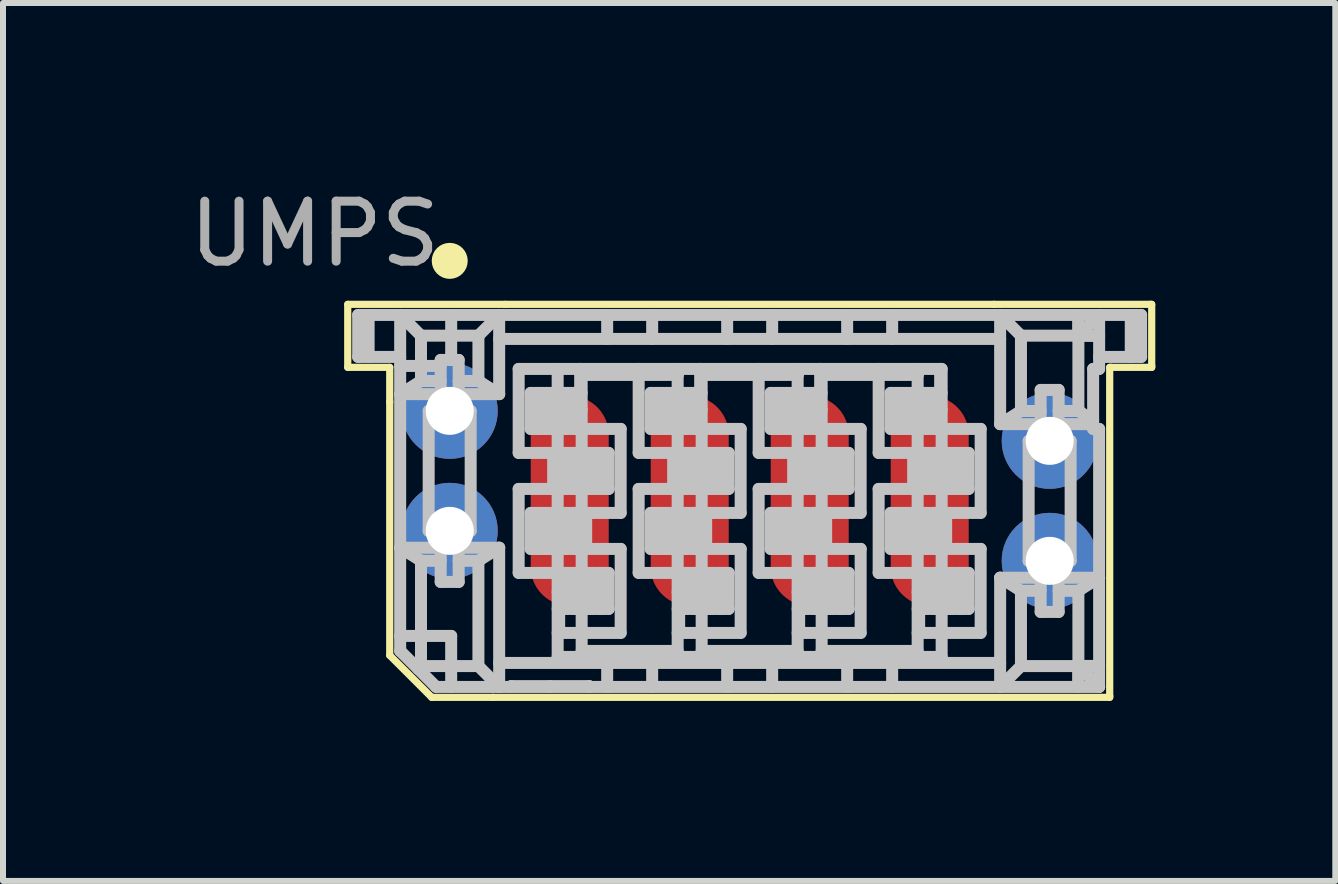
<source format=kicad_pcb>
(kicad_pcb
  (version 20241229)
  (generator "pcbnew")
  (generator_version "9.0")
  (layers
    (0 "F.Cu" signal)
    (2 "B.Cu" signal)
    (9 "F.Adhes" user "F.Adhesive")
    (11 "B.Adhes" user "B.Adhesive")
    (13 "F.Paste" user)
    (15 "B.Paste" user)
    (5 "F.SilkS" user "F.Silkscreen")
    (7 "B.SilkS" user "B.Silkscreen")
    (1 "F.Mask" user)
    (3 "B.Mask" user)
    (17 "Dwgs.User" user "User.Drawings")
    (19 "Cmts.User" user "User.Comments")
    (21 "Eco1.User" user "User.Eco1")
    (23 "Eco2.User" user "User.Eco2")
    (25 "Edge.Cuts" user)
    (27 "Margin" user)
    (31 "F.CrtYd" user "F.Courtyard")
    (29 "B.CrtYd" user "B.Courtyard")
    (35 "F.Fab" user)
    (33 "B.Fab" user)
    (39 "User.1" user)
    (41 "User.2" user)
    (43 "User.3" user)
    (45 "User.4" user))
  (footprint "UMPS"
    (layer "F.Cu")
    (at 9.446 5.298)
    (property "Reference" "UMPS" (at -7.25 -4.45 0) (layer "F.Fab") (effects (font (size 1 1) (thickness 0.15))))
    (attr through_hole)
    (fp_line (start -6.7 -3.275) (end -4.075 -3.275) (stroke (width 0.12) (type solid)) (layer "F.SilkS"))
    (fp_line (start -6.7 -2.225) (end -6.7 -3.275) (stroke (width 0.12) (type solid)) (layer "F.SilkS"))
    (fp_line (start -6 -2.225) (end -6.7 -2.225) (stroke (width 0.12) (type solid)) (layer "F.SilkS"))
    (fp_line (start -6 -1.65) (end -6 -2.225) (stroke (width 0.12) (type solid)) (layer "F.SilkS"))
    (fp_line (start -6 -1.65) (end -6 2.575) (stroke (width 0.12) (type solid)) (layer "F.SilkS"))
    (fp_line (start -6 2.575) (end -5.3 3.275) (stroke (width 0.12) (type solid)) (layer "F.SilkS"))
    (fp_line (start -5.3 3.275) (end -4.275 3.275) (stroke (width 0.12) (type solid)) (layer "F.SilkS"))
    (fp_line (start -4.075 -3.275) (end 4.075 -3.275) (stroke (width 0.12) (type solid)) (layer "F.SilkS"))
    (fp_line (start 6 -2.225) (end 6 3.25) (stroke (width 0.12) (type solid)) (layer "F.SilkS"))
    (fp_line (start 6 3.25) (end 6 3.275) (stroke (width 0.12) (type solid)) (layer "F.SilkS"))
    (fp_line (start 6 3.275) (end -4.275 3.275) (stroke (width 0.12) (type solid)) (layer "F.SilkS"))
    (fp_line (start 6.025 -2.225) (end 6 -2.225) (stroke (width 0.12) (type solid)) (layer "F.SilkS"))
    (fp_line (start 6.675 -3.275) (end 4.075 -3.275) (stroke (width 0.12) (type solid)) (layer "F.SilkS"))
    (fp_line (start 6.675 -3.275) (end 6.7 -3.275) (stroke (width 0.12) (type solid)) (layer "F.SilkS"))
    (fp_line (start 6.7 -3.275) (end 6.7 -2.25) (stroke (width 0.12) (type solid)) (layer "F.SilkS"))
    (fp_line (start 6.7 -2.25) (end 6.7 -2.225) (stroke (width 0.12) (type solid)) (layer "F.SilkS"))
    (fp_line (start 6.7 -2.225) (end 6.025 -2.225) (stroke (width 0.12) (type solid)) (layer "F.SilkS"))
    (fp_circle (center -5 -4) (end -4.85 -4) (stroke (width 0.3) (type solid)) (fill no) (layer "F.SilkS"))
    (fp_line (start -6.526 -3.099) (end -6.526 -2.399) (stroke (width 0.2) (type solid)) (layer "Dwgs.User"))
    (fp_line (start -6.526 -3.099) (end 6.524 -3.099) (stroke (width 0.2) (type solid)) (layer "Dwgs.User"))
    (fp_line (start -6.526 -2.399) (end -5.826 -2.399) (stroke (width 0.2) (type solid)) (layer "Dwgs.User"))
    (fp_line (start -6.352 -2.399) (end -6.352 -3.099) (stroke (width 0.2) (type solid)) (layer "Dwgs.User"))
    (fp_line (start -5.826 -3.099) (end -5.826 2.501) (stroke (width 0.2) (type solid)) (layer "Dwgs.User"))
    (fp_line (start -5.826 -3.099) (end -5.479 -2.753) (stroke (width 0.2) (type solid)) (layer "Dwgs.User"))
    (fp_line (start -5.826 -1.779) (end -5.151 -1.779) (stroke (width 0.2) (type solid)) (layer "Dwgs.User"))
    (fp_line (start -5.826 0.781) (end -5.479 0.999) (stroke (width 0.2) (type solid)) (layer "Dwgs.User"))
    (fp_line (start -5.826 0.781) (end -5.151 0.781) (stroke (width 0.2) (type solid)) (layer "Dwgs.User"))
    (fp_line (start -5.826 2.251) (end -4.976 2.251) (stroke (width 0.2) (type solid)) (layer "Dwgs.User"))
    (fp_line (start -5.479 -2.753) (end -4.522 -2.753) (stroke (width 0.2) (type solid)) (layer "Dwgs.User"))
    (fp_line (start -5.479 -1.998) (end -5.826 -1.779) (stroke (width 0.2) (type solid)) (layer "Dwgs.User"))
    (fp_line (start -5.479 -1.998) (end -5.479 -2.753) (stroke (width 0.2) (type solid)) (layer "Dwgs.User"))
    (fp_line (start -5.479 -1.998) (end -5.151 -1.998) (stroke (width 0.2) (type solid)) (layer "Dwgs.User"))
    (fp_line (start -5.479 0.999) (end -5.151 0.999) (stroke (width 0.2) (type solid)) (layer "Dwgs.User"))
    (fp_line (start -5.479 2.754) (end -5.526 2.801) (stroke (width 0.2) (type solid)) (layer "Dwgs.User"))
    (fp_line (start -5.479 2.754) (end -5.479 0.999) (stroke (width 0.2) (type solid)) (layer "Dwgs.User"))
    (fp_line (start -5.479 2.754) (end -4.522 2.754) (stroke (width 0.2) (type solid)) (layer "Dwgs.User"))
    (fp_line (start -5.351 -1.499) (end -5.151 -1.499) (stroke (width 0.2) (type solid)) (layer "Dwgs.User"))
    (fp_line (start -5.351 0.501) (end -5.351 -1.499) (stroke (width 0.2) (type solid)) (layer "Dwgs.User"))
    (fp_line (start -5.226 3.101) (end -5.826 2.501) (stroke (width 0.2) (type solid)) (layer "Dwgs.User"))
    (fp_line (start -5.151 -2.349) (end -5.151 -1.499) (stroke (width 0.2) (type solid)) (layer "Dwgs.User"))
    (fp_line (start -5.151 -2.249) (end -5.826 -2.249) (stroke (width 0.2) (type solid)) (layer "Dwgs.User"))
    (fp_line (start -5.151 0.501) (end -5.351 0.501) (stroke (width 0.2) (type solid)) (layer "Dwgs.User"))
    (fp_line (start -5.151 0.501) (end -5.151 1.351) (stroke (width 0.2) (type solid)) (layer "Dwgs.User"))
    (fp_line (start -5.151 1.351) (end -4.851 1.351) (stroke (width 0.2) (type solid)) (layer "Dwgs.User"))
    (fp_line (start -4.976 -3.099) (end -4.976 -2.349) (stroke (width 0.2) (type solid)) (layer "Dwgs.User"))
    (fp_line (start -4.976 2.251) (end -4.976 3.101) (stroke (width 0.2) (type solid)) (layer "Dwgs.User"))
    (fp_line (start -4.851 -2.349) (end -5.151 -2.349) (stroke (width 0.2) (type solid)) (layer "Dwgs.User"))
    (fp_line (start -4.851 -1.998) (end -4.522 -1.998) (stroke (width 0.2) (type solid)) (layer "Dwgs.User"))
    (fp_line (start -4.851 -1.779) (end -4.176 -1.779) (stroke (width 0.2) (type solid)) (layer "Dwgs.User"))
    (fp_line (start -4.851 -1.499) (end -4.851 -2.349) (stroke (width 0.2) (type solid)) (layer "Dwgs.User"))
    (fp_line (start -4.851 -1.499) (end -4.651 -1.499) (stroke (width 0.2) (type solid)) (layer "Dwgs.User"))
    (fp_line (start -4.851 0.781) (end -4.176 0.781) (stroke (width 0.2) (type solid)) (layer "Dwgs.User"))
    (fp_line (start -4.851 0.999) (end -4.522 0.999) (stroke (width 0.2) (type solid)) (layer "Dwgs.User"))
    (fp_line (start -4.851 1.351) (end -4.851 0.501) (stroke (width 0.2) (type solid)) (layer "Dwgs.User"))
    (fp_line (start -4.651 -1.499) (end -4.651 0.501) (stroke (width 0.2) (type solid)) (layer "Dwgs.User"))
    (fp_line (start -4.651 0.501) (end -4.851 0.501) (stroke (width 0.2) (type solid)) (layer "Dwgs.User"))
    (fp_line (start -4.522 -2.753) (end -4.176 -3.099) (stroke (width 0.2) (type solid)) (layer "Dwgs.User"))
    (fp_line (start -4.522 -1.998) (end -4.522 -2.753) (stroke (width 0.2) (type solid)) (layer "Dwgs.User"))
    (fp_line (start -4.522 0.999) (end -4.176 0.781) (stroke (width 0.2) (type solid)) (layer "Dwgs.User"))
    (fp_line (start -4.522 2.754) (end -4.522 0.999) (stroke (width 0.2) (type solid)) (layer "Dwgs.User"))
    (fp_line (start -4.176 -1.779) (end -4.522 -1.998) (stroke (width 0.2) (type solid)) (layer "Dwgs.User"))
    (fp_line (start -4.176 -1.779) (end -4.176 -3.099) (stroke (width 0.2) (type solid)) (layer "Dwgs.User"))
    (fp_line (start -4.176 2.701) (end 4.174 2.701) (stroke (width 0.2) (type solid)) (layer "Dwgs.User"))
    (fp_line (start -4.176 3.101) (end -4.522 2.754) (stroke (width 0.2) (type solid)) (layer "Dwgs.User"))
    (fp_line (start -4.176 3.101) (end -4.176 0.781) (stroke (width 0.2) (type solid)) (layer "Dwgs.User"))
    (fp_line (start -3.976 3.088) (end -3.976 3.101) (stroke (width 0.2) (type solid)) (layer "Dwgs.User"))
    (fp_line (start -3.851 -2.199) (end -3.851 -0.799) (stroke (width 0.2) (type solid)) (layer "Dwgs.User"))
    (fp_line (start -3.851 -0.799) (end -3.276 -0.799) (stroke (width 0.2) (type solid)) (layer "Dwgs.User"))
    (fp_line (start -3.851 -0.199) (end -3.851 1.201) (stroke (width 0.2) (type solid)) (layer "Dwgs.User"))
    (fp_line (start -3.851 1.201) (end -3.176 1.201) (stroke (width 0.2) (type solid)) (layer "Dwgs.User"))
    (fp_line (start -3.651 -1.799) (end -2.826 -1.799) (stroke (width 0.2) (type solid)) (layer "Dwgs.User"))
    (fp_line (start -3.651 -1.199) (end -3.651 -1.799) (stroke (width 0.2) (type solid)) (layer "Dwgs.User"))
    (fp_line (start -3.651 0.201) (end -2.801 0.201) (stroke (width 0.2) (type solid)) (layer "Dwgs.User"))
    (fp_line (start -3.651 0.801) (end -3.651 0.201) (stroke (width 0.2) (type solid)) (layer "Dwgs.User"))
    (fp_line (start -3.541 -1.199) (end -3.541 -1.799) (stroke (width 0.2) (type solid)) (layer "Dwgs.User"))
    (fp_line (start -3.541 0.801) (end -3.541 0.201) (stroke (width 0.2) (type solid)) (layer "Dwgs.User"))
    (fp_line (start -3.487 -1.199) (end -3.487 -1.799) (stroke (width 0.2) (type solid)) (layer "Dwgs.User"))
    (fp_line (start -3.487 0.801) (end -3.487 0.201) (stroke (width 0.2) (type solid)) (layer "Dwgs.User"))
    (fp_line (start -3.381 -1.199) (end -3.381 -1.799) (stroke (width 0.2) (type solid)) (layer "Dwgs.User"))
    (fp_line (start -3.381 0.801) (end -3.381 0.201) (stroke (width 0.2) (type solid)) (layer "Dwgs.User"))
    (fp_line (start -3.326 3.088) (end -3.326 3.101) (stroke (width 0.2) (type solid)) (layer "Dwgs.User"))
    (fp_line (start -3.31 -1.199) (end -3.31 -1.799) (stroke (width 0.2) (type solid)) (layer "Dwgs.User"))
    (fp_line (start -3.31 0.801) (end -3.31 0.201) (stroke (width 0.2) (type solid)) (layer "Dwgs.User"))
    (fp_line (start -3.276 -0.799) (end -3.276 -0.199) (stroke (width 0.2) (type solid)) (layer "Dwgs.User"))
    (fp_line (start -3.276 -0.199) (end -3.851 -0.199) (stroke (width 0.2) (type solid)) (layer "Dwgs.User"))
    (fp_line (start -3.251 -1.199) (end -3.251 -1.799) (stroke (width 0.2) (type solid)) (layer "Dwgs.User"))
    (fp_line (start -3.251 0.801) (end -3.251 0.201) (stroke (width 0.2) (type solid)) (layer "Dwgs.User"))
    (fp_line (start -3.201 -2.199) (end -3.201 -1.799) (stroke (width 0.2) (type solid)) (layer "Dwgs.User"))
    (fp_line (start -3.201 -1.199) (end -3.201 -1.799) (stroke (width 0.2) (type solid)) (layer "Dwgs.User"))
    (fp_line (start -3.201 -1.199) (end -3.201 -0.799) (stroke (width 0.2) (type solid)) (layer "Dwgs.User"))
    (fp_line (start -3.201 -0.799) (end -3.201 0.201) (stroke (width 0.2) (type solid)) (layer "Dwgs.User"))
    (fp_line (start -3.201 0.801) (end -3.201 0.201) (stroke (width 0.2) (type solid)) (layer "Dwgs.User"))
    (fp_line (start -3.201 0.801) (end -3.201 1.201) (stroke (width 0.2) (type solid)) (layer "Dwgs.User"))
    (fp_line (start -3.201 1.201) (end -3.201 2.601) (stroke (width 0.2) (type solid)) (layer "Dwgs.User"))
    (fp_line (start -3.176 1.201) (end -3.176 2.201) (stroke (width 0.2) (type solid)) (layer "Dwgs.User"))
    (fp_line (start -3.176 1.201) (end -2.351 1.201) (stroke (width 0.2) (type solid)) (layer "Dwgs.User"))
    (fp_line (start -3.176 1.801) (end -3.201 1.801) (stroke (width 0.2) (type solid)) (layer "Dwgs.User"))
    (fp_line (start -3.176 2.201) (end -3.201 2.201) (stroke (width 0.2) (type solid)) (layer "Dwgs.User"))
    (fp_line (start -3.176 2.201) (end -2.151 2.201) (stroke (width 0.2) (type solid)) (layer "Dwgs.User"))
    (fp_line (start -3.157 -1.199) (end -3.157 -1.799) (stroke (width 0.2) (type solid)) (layer "Dwgs.User"))
    (fp_line (start -3.157 0.801) (end -3.157 0.201) (stroke (width 0.2) (type solid)) (layer "Dwgs.User"))
    (fp_line (start -3.141 -1.199) (end -3.141 -1.799) (stroke (width 0.2) (type solid)) (layer "Dwgs.User"))
    (fp_line (start -3.141 0.801) (end -3.141 0.201) (stroke (width 0.2) (type solid)) (layer "Dwgs.User"))
    (fp_line (start -3.081 -1.199) (end -3.081 -1.799) (stroke (width 0.2) (type solid)) (layer "Dwgs.User"))
    (fp_line (start -3.081 0.801) (end -3.081 0.201) (stroke (width 0.2) (type solid)) (layer "Dwgs.User"))
    (fp_line (start -3.077 -0.199) (end -3.077 -0.799) (stroke (width 0.2) (type solid)) (layer "Dwgs.User"))
    (fp_line (start -3.077 1.801) (end -3.077 1.201) (stroke (width 0.2) (type solid)) (layer "Dwgs.User"))
    (fp_line (start -2.924 -1.199) (end -2.924 -1.799) (stroke (width 0.2) (type solid)) (layer "Dwgs.User"))
    (fp_line (start -2.924 0.801) (end -2.924 0.201) (stroke (width 0.2) (type solid)) (layer "Dwgs.User"))
    (fp_line (start -2.921 -0.799) (end -2.921 -0.199) (stroke (width 0.2) (type solid)) (layer "Dwgs.User"))
    (fp_line (start -2.921 1.201) (end -2.921 1.801) (stroke (width 0.2) (type solid)) (layer "Dwgs.User"))
    (fp_line (start -2.86 -0.199) (end -2.86 -0.799) (stroke (width 0.2) (type solid)) (layer "Dwgs.User"))
    (fp_line (start -2.86 1.801) (end -2.86 1.201) (stroke (width 0.2) (type solid)) (layer "Dwgs.User"))
    (fp_line (start -2.844 -0.199) (end -2.844 -0.799) (stroke (width 0.2) (type solid)) (layer "Dwgs.User"))
    (fp_line (start -2.844 1.801) (end -2.844 1.201) (stroke (width 0.2) (type solid)) (layer "Dwgs.User"))
    (fp_line (start -2.826 -2.199) (end -3.851 -2.199) (stroke (width 0.2) (type solid)) (layer "Dwgs.User"))
    (fp_line (start -2.826 -1.799) (end -2.801 -1.799) (stroke (width 0.2) (type solid)) (layer "Dwgs.User"))
    (fp_line (start -2.826 -1.199) (end -3.651 -1.199) (stroke (width 0.2) (type solid)) (layer "Dwgs.User"))
    (fp_line (start -2.826 -1.199) (end -2.826 -2.199) (stroke (width 0.2) (type solid)) (layer "Dwgs.User"))
    (fp_line (start -2.801 -1.519) (end -3.201 -1.519) (stroke (width 0.2) (type solid)) (layer "Dwgs.User"))
    (fp_line (start -2.801 -1.219) (end -3.201 -1.219) (stroke (width 0.2) (type solid)) (layer "Dwgs.User"))
    (fp_line (start -2.801 -1.199) (end -2.801 -2.199) (stroke (width 0.2) (type solid)) (layer "Dwgs.User"))
    (fp_line (start -2.801 -0.799) (end -2.801 -1.199) (stroke (width 0.2) (type solid)) (layer "Dwgs.User"))
    (fp_line (start -2.801 -0.199) (end -2.801 -0.799) (stroke (width 0.2) (type solid)) (layer "Dwgs.User"))
    (fp_line (start -2.801 0.201) (end -2.801 -0.199) (stroke (width 0.2) (type solid)) (layer "Dwgs.User"))
    (fp_line (start -2.801 0.801) (end -3.651 0.801) (stroke (width 0.2) (type solid)) (layer "Dwgs.User"))
    (fp_line (start -2.801 0.801) (end -2.801 0.201) (stroke (width 0.2) (type solid)) (layer "Dwgs.User"))
    (fp_line (start -2.801 1.201) (end -2.801 0.801) (stroke (width 0.2) (type solid)) (layer "Dwgs.User"))
    (fp_line (start -2.801 1.221) (end -3.201 1.221) (stroke (width 0.2) (type solid)) (layer "Dwgs.User"))
    (fp_line (start -2.801 1.521) (end -3.201 1.521) (stroke (width 0.2) (type solid)) (layer "Dwgs.User"))
    (fp_line (start -2.801 1.801) (end -2.801 1.201) (stroke (width 0.2) (type solid)) (layer "Dwgs.User"))
    (fp_line (start -2.801 2.201) (end -2.801 1.801) (stroke (width 0.2) (type solid)) (layer "Dwgs.User"))
    (fp_line (start -2.801 2.501) (end -2.801 2.201) (stroke (width 0.2) (type solid)) (layer "Dwgs.User"))
    (fp_line (start -2.751 -0.199) (end -2.751 -0.799) (stroke (width 0.2) (type solid)) (layer "Dwgs.User"))
    (fp_line (start -2.751 1.801) (end -2.751 1.201) (stroke (width 0.2) (type solid)) (layer "Dwgs.User"))
    (fp_line (start -2.726 0.201) (end -2.151 0.201) (stroke (width 0.2) (type solid)) (layer "Dwgs.User"))
    (fp_line (start -2.726 0.801) (end -2.726 0.201) (stroke (width 0.2) (type solid)) (layer "Dwgs.User"))
    (fp_line (start -2.691 -0.199) (end -2.691 -0.799) (stroke (width 0.2) (type solid)) (layer "Dwgs.User"))
    (fp_line (start -2.691 1.801) (end -2.691 1.201) (stroke (width 0.2) (type solid)) (layer "Dwgs.User"))
    (fp_line (start -2.676 3.101) (end -2.676 3.088) (stroke (width 0.2) (type solid)) (layer "Dwgs.User"))
    (fp_line (start -2.676 3.088) (end -3.976 3.088) (stroke (width 0.2) (type solid)) (layer "Dwgs.User"))
    (fp_line (start -2.621 -0.199) (end -2.621 -0.799) (stroke (width 0.2) (type solid)) (layer "Dwgs.User"))
    (fp_line (start -2.621 1.801) (end -2.621 1.201) (stroke (width 0.2) (type solid)) (layer "Dwgs.User"))
    (fp_line (start -2.514 -0.199) (end -2.514 -0.799) (stroke (width 0.2) (type solid)) (layer "Dwgs.User"))
    (fp_line (start -2.514 1.801) (end -2.514 1.201) (stroke (width 0.2) (type solid)) (layer "Dwgs.User"))
    (fp_line (start -2.46 -0.199) (end -2.46 -0.799) (stroke (width 0.2) (type solid)) (layer "Dwgs.User"))
    (fp_line (start -2.46 1.801) (end -2.46 1.201) (stroke (width 0.2) (type solid)) (layer "Dwgs.User"))
    (fp_line (start -2.376 -2.699) (end -2.376 -3.099) (stroke (width 0.2) (type solid)) (layer "Dwgs.User"))
    (fp_line (start -2.376 3.101) (end -2.376 2.701) (stroke (width 0.2) (type solid)) (layer "Dwgs.User"))
    (fp_line (start -2.351 -0.799) (end -3.201 -0.799) (stroke (width 0.2) (type solid)) (layer "Dwgs.User"))
    (fp_line (start -2.351 -0.199) (end -3.201 -0.199) (stroke (width 0.2) (type solid)) (layer "Dwgs.User"))
    (fp_line (start -2.351 -0.199) (end -2.351 -0.799) (stroke (width 0.2) (type solid)) (layer "Dwgs.User"))
    (fp_line (start -2.351 1.801) (end -3.176 1.801) (stroke (width 0.2) (type solid)) (layer "Dwgs.User"))
    (fp_line (start -2.351 1.801) (end -2.351 1.201) (stroke (width 0.2) (type solid)) (layer "Dwgs.User"))
    (fp_line (start -2.151 -1.199) (end -2.826 -1.199) (stroke (width 0.2) (type solid)) (layer "Dwgs.User"))
    (fp_line (start -2.151 0.201) (end -2.151 -1.199) (stroke (width 0.2) (type solid)) (layer "Dwgs.User"))
    (fp_line (start -2.151 0.801) (end -2.726 0.801) (stroke (width 0.2) (type solid)) (layer "Dwgs.User"))
    (fp_line (start -2.151 2.201) (end -2.151 0.801) (stroke (width 0.2) (type solid)) (layer "Dwgs.User"))
    (fp_line (start -1.851 -2.199) (end -2.826 -2.199) (stroke (width 0.2) (type solid)) (layer "Dwgs.User"))
    (fp_line (start -1.851 -2.199) (end -1.851 -0.799) (stroke (width 0.2) (type solid)) (layer "Dwgs.User"))
    (fp_line (start -1.851 -2.099) (end -2.801 -2.099) (stroke (width 0.2) (type solid)) (layer "Dwgs.User"))
    (fp_line (start -1.851 -0.799) (end -1.276 -0.799) (stroke (width 0.2) (type solid)) (layer "Dwgs.User"))
    (fp_line (start -1.851 -0.199) (end -1.851 1.201) (stroke (width 0.2) (type solid)) (layer "Dwgs.User"))
    (fp_line (start -1.851 1.201) (end -1.176 1.201) (stroke (width 0.2) (type solid)) (layer "Dwgs.User"))
    (fp_line (start -1.651 -1.799) (end -0.826 -1.799) (stroke (width 0.2) (type solid)) (layer "Dwgs.User"))
    (fp_line (start -1.651 -1.199) (end -1.651 -1.799) (stroke (width 0.2) (type solid)) (layer "Dwgs.User"))
    (fp_line (start -1.651 0.201) (end -0.801 0.201) (stroke (width 0.2) (type solid)) (layer "Dwgs.User"))
    (fp_line (start -1.651 0.801) (end -1.651 0.201) (stroke (width 0.2) (type solid)) (layer "Dwgs.User"))
    (fp_line (start -1.626 -3.099) (end -1.626 -2.699) (stroke (width 0.2) (type solid)) (layer "Dwgs.User"))
    (fp_line (start -1.626 2.701) (end -1.626 3.101) (stroke (width 0.2) (type solid)) (layer "Dwgs.User"))
    (fp_line (start -1.541 -1.199) (end -1.541 -1.799) (stroke (width 0.2) (type solid)) (layer "Dwgs.User"))
    (fp_line (start -1.541 0.801) (end -1.541 0.201) (stroke (width 0.2) (type solid)) (layer "Dwgs.User"))
    (fp_line (start -1.487 -1.199) (end -1.487 -1.799) (stroke (width 0.2) (type solid)) (layer "Dwgs.User"))
    (fp_line (start -1.487 0.801) (end -1.487 0.201) (stroke (width 0.2) (type solid)) (layer "Dwgs.User"))
    (fp_line (start -1.381 -1.199) (end -1.381 -1.799) (stroke (width 0.2) (type solid)) (layer "Dwgs.User"))
    (fp_line (start -1.381 0.801) (end -1.381 0.201) (stroke (width 0.2) (type solid)) (layer "Dwgs.User"))
    (fp_line (start -1.31 -1.199) (end -1.31 -1.799) (stroke (width 0.2) (type solid)) (layer "Dwgs.User"))
    (fp_line (start -1.31 0.801) (end -1.31 0.201) (stroke (width 0.2) (type solid)) (layer "Dwgs.User"))
    (fp_line (start -1.276 -0.799) (end -1.276 -0.199) (stroke (width 0.2) (type solid)) (layer "Dwgs.User"))
    (fp_line (start -1.276 -0.199) (end -1.851 -0.199) (stroke (width 0.2) (type solid)) (layer "Dwgs.User"))
    (fp_line (start -1.251 -1.199) (end -1.251 -1.799) (stroke (width 0.2) (type solid)) (layer "Dwgs.User"))
    (fp_line (start -1.251 0.801) (end -1.251 0.201) (stroke (width 0.2) (type solid)) (layer "Dwgs.User"))
    (fp_line (start -1.201 -2.199) (end -1.201 -2.099) (stroke (width 0.2) (type solid)) (layer "Dwgs.User"))
    (fp_line (start -1.201 -2.099) (end -1.851 -2.099) (stroke (width 0.2) (type solid)) (layer "Dwgs.User"))
    (fp_line (start -1.201 -2.099) (end -1.201 -1.799) (stroke (width 0.2) (type solid)) (layer "Dwgs.User"))
    (fp_line (start -1.201 -1.199) (end -1.201 -1.799) (stroke (width 0.2) (type solid)) (layer "Dwgs.User"))
    (fp_line (start -1.201 -1.199) (end -1.201 -0.799) (stroke (width 0.2) (type solid)) (layer "Dwgs.User"))
    (fp_line (start -1.201 -0.799) (end -1.201 0.201) (stroke (width 0.2) (type solid)) (layer "Dwgs.User"))
    (fp_line (start -1.201 0.801) (end -1.201 0.201) (stroke (width 0.2) (type solid)) (layer "Dwgs.User"))
    (fp_line (start -1.201 0.801) (end -1.201 1.201) (stroke (width 0.2) (type solid)) (layer "Dwgs.User"))
    (fp_line (start -1.201 1.201) (end -1.201 2.501) (stroke (width 0.2) (type solid)) (layer "Dwgs.User"))
    (fp_line (start -1.201 2.501) (end -2.801 2.501) (stroke (width 0.2) (type solid)) (layer "Dwgs.User"))
    (fp_line (start -1.176 1.201) (end -1.176 2.201) (stroke (width 0.2) (type solid)) (layer "Dwgs.User"))
    (fp_line (start -1.176 1.201) (end -0.351 1.201) (stroke (width 0.2) (type solid)) (layer "Dwgs.User"))
    (fp_line (start -1.176 1.801) (end -1.201 1.801) (stroke (width 0.2) (type solid)) (layer "Dwgs.User"))
    (fp_line (start -1.176 2.201) (end -1.201 2.201) (stroke (width 0.2) (type solid)) (layer "Dwgs.User"))
    (fp_line (start -1.176 2.201) (end -0.151 2.201) (stroke (width 0.2) (type solid)) (layer "Dwgs.User"))
    (fp_line (start -1.157 -1.199) (end -1.157 -1.799) (stroke (width 0.2) (type solid)) (layer "Dwgs.User"))
    (fp_line (start -1.157 0.801) (end -1.157 0.201) (stroke (width 0.2) (type solid)) (layer "Dwgs.User"))
    (fp_line (start -1.141 -1.199) (end -1.141 -1.799) (stroke (width 0.2) (type solid)) (layer "Dwgs.User"))
    (fp_line (start -1.141 0.801) (end -1.141 0.201) (stroke (width 0.2) (type solid)) (layer "Dwgs.User"))
    (fp_line (start -1.081 -1.199) (end -1.081 -1.799) (stroke (width 0.2) (type solid)) (layer "Dwgs.User"))
    (fp_line (start -1.081 0.801) (end -1.081 0.201) (stroke (width 0.2) (type solid)) (layer "Dwgs.User"))
    (fp_line (start -1.077 -0.199) (end -1.077 -0.799) (stroke (width 0.2) (type solid)) (layer "Dwgs.User"))
    (fp_line (start -1.077 1.801) (end -1.077 1.201) (stroke (width 0.2) (type solid)) (layer "Dwgs.User"))
    (fp_line (start -0.924 -1.199) (end -0.924 -1.799) (stroke (width 0.2) (type solid)) (layer "Dwgs.User"))
    (fp_line (start -0.924 0.801) (end -0.924 0.201) (stroke (width 0.2) (type solid)) (layer "Dwgs.User"))
    (fp_line (start -0.921 -0.799) (end -0.921 -0.199) (stroke (width 0.2) (type solid)) (layer "Dwgs.User"))
    (fp_line (start -0.921 1.201) (end -0.921 1.801) (stroke (width 0.2) (type solid)) (layer "Dwgs.User"))
    (fp_line (start -0.86 -0.199) (end -0.86 -0.799) (stroke (width 0.2) (type solid)) (layer "Dwgs.User"))
    (fp_line (start -0.86 1.801) (end -0.86 1.201) (stroke (width 0.2) (type solid)) (layer "Dwgs.User"))
    (fp_line (start -0.844 -0.199) (end -0.844 -0.799) (stroke (width 0.2) (type solid)) (layer "Dwgs.User"))
    (fp_line (start -0.844 1.801) (end -0.844 1.201) (stroke (width 0.2) (type solid)) (layer "Dwgs.User"))
    (fp_line (start -0.826 -2.199) (end -1.851 -2.199) (stroke (width 0.2) (type solid)) (layer "Dwgs.User"))
    (fp_line (start -0.826 -1.799) (end -0.801 -1.799) (stroke (width 0.2) (type solid)) (layer "Dwgs.User"))
    (fp_line (start -0.826 -1.199) (end -1.651 -1.199) (stroke (width 0.2) (type solid)) (layer "Dwgs.User"))
    (fp_line (start -0.826 -1.199) (end -0.826 -2.199) (stroke (width 0.2) (type solid)) (layer "Dwgs.User"))
    (fp_line (start -0.801 -1.519) (end -1.201 -1.519) (stroke (width 0.2) (type solid)) (layer "Dwgs.User"))
    (fp_line (start -0.801 0.201) (end -0.801 -0.199) (stroke (width 0.2) (type solid)) (layer "Dwgs.User"))
    (fp_line (start -0.801 1.201) (end -0.801 0.801) (stroke (width 0.2) (type solid)) (layer "Dwgs.User"))
    (fp_line (start -0.801 1.521) (end -1.201 1.521) (stroke (width 0.2) (type solid)) (layer "Dwgs.User"))
    (fp_line (start -0.801 2.201) (end -0.801 1.801) (stroke (width 0.2) (type solid)) (layer "Dwgs.User"))
    (fp_line (start -0.801 -1.219) (end -1.201 -1.219) (stroke (width 0.2) (type solid)) (layer "Dwgs.User"))
    (fp_line (start -0.801 -1.199) (end -0.801 -2.199) (stroke (width 0.2) (type solid)) (layer "Dwgs.User"))
    (fp_line (start -0.801 -0.799) (end -0.801 -1.199) (stroke (width 0.2) (type solid)) (layer "Dwgs.User"))
    (fp_line (start -0.801 -0.199) (end -0.801 -0.799) (stroke (width 0.2) (type solid)) (layer "Dwgs.User"))
    (fp_line (start -0.801 0.801) (end -1.651 0.801) (stroke (width 0.2) (type solid)) (layer "Dwgs.User"))
    (fp_line (start -0.801 0.801) (end -0.801 0.201) (stroke (width 0.2) (type solid)) (layer "Dwgs.User"))
    (fp_line (start -0.801 1.221) (end -1.201 1.221) (stroke (width 0.2) (type solid)) (layer "Dwgs.User"))
    (fp_line (start -0.801 1.801) (end -0.801 1.201) (stroke (width 0.2) (type solid)) (layer "Dwgs.User"))
    (fp_line (start -0.801 2.501) (end -0.801 2.201) (stroke (width 0.2) (type solid)) (layer "Dwgs.User"))
    (fp_line (start -0.751 -0.199) (end -0.751 -0.799) (stroke (width 0.2) (type solid)) (layer "Dwgs.User"))
    (fp_line (start -0.751 1.801) (end -0.751 1.201) (stroke (width 0.2) (type solid)) (layer "Dwgs.User"))
    (fp_line (start -0.726 0.201) (end -0.151 0.201) (stroke (width 0.2) (type solid)) (layer "Dwgs.User"))
    (fp_line (start -0.726 0.801) (end -0.726 0.201) (stroke (width 0.2) (type solid)) (layer "Dwgs.User"))
    (fp_line (start -0.691 -0.199) (end -0.691 -0.799) (stroke (width 0.2) (type solid)) (layer "Dwgs.User"))
    (fp_line (start -0.691 1.801) (end -0.691 1.201) (stroke (width 0.2) (type solid)) (layer "Dwgs.User"))
    (fp_line (start -0.621 -0.199) (end -0.621 -0.799) (stroke (width 0.2) (type solid)) (layer "Dwgs.User"))
    (fp_line (start -0.621 1.801) (end -0.621 1.201) (stroke (width 0.2) (type solid)) (layer "Dwgs.User"))
    (fp_line (start -0.514 -0.199) (end -0.514 -0.799) (stroke (width 0.2) (type solid)) (layer "Dwgs.User"))
    (fp_line (start -0.514 1.801) (end -0.514 1.201) (stroke (width 0.2) (type solid)) (layer "Dwgs.User"))
    (fp_line (start -0.46 -0.199) (end -0.46 -0.799) (stroke (width 0.2) (type solid)) (layer "Dwgs.User"))
    (fp_line (start -0.46 1.801) (end -0.46 1.201) (stroke (width 0.2) (type solid)) (layer "Dwgs.User"))
    (fp_line (start -0.376 -2.699) (end -0.376 -3.099) (stroke (width 0.2) (type solid)) (layer "Dwgs.User"))
    (fp_line (start -0.376 3.101) (end -0.376 2.701) (stroke (width 0.2) (type solid)) (layer "Dwgs.User"))
    (fp_line (start -0.351 -0.799) (end -1.201 -0.799) (stroke (width 0.2) (type solid)) (layer "Dwgs.User"))
    (fp_line (start -0.351 -0.199) (end -1.201 -0.199) (stroke (width 0.2) (type solid)) (layer "Dwgs.User"))
    (fp_line (start -0.351 -0.199) (end -0.351 -0.799) (stroke (width 0.2) (type solid)) (layer "Dwgs.User"))
    (fp_line (start -0.351 1.801) (end -1.176 1.801) (stroke (width 0.2) (type solid)) (layer "Dwgs.User"))
    (fp_line (start -0.351 1.801) (end -0.351 1.201) (stroke (width 0.2) (type solid)) (layer "Dwgs.User"))
    (fp_line (start -0.151 2.201) (end -0.151 0.801) (stroke (width 0.2) (type solid)) (layer "Dwgs.User"))
    (fp_line (start -0.151 -1.199) (end -0.826 -1.199) (stroke (width 0.2) (type solid)) (layer "Dwgs.User"))
    (fp_line (start -0.151 0.201) (end -0.151 -1.199) (stroke (width 0.2) (type solid)) (layer "Dwgs.User"))
    (fp_line (start -0.151 0.801) (end -0.726 0.801) (stroke (width 0.2) (type solid)) (layer "Dwgs.User"))
    (fp_line (start 0.149 -2.099) (end -0.801 -2.099) (stroke (width 0.2) (type solid)) (layer "Dwgs.User"))
    (fp_line (start 0.149 -0.799) (end 0.724 -0.799) (stroke (width 0.2) (type solid)) (layer "Dwgs.User"))
    (fp_line (start 0.149 -0.199) (end 0.149 1.201) (stroke (width 0.2) (type solid)) (layer "Dwgs.User"))
    (fp_line (start 0.149 1.201) (end 0.824 1.201) (stroke (width 0.2) (type solid)) (layer "Dwgs.User"))
    (fp_line (start 0.149 -2.199) (end -0.826 -2.199) (stroke (width 0.2) (type solid)) (layer "Dwgs.User"))
    (fp_line (start 0.149 -2.199) (end 0.149 -0.799) (stroke (width 0.2) (type solid)) (layer "Dwgs.User"))
    (fp_line (start 0.349 -1.799) (end 1.174 -1.799) (stroke (width 0.2) (type solid)) (layer "Dwgs.User"))
    (fp_line (start 0.349 -1.199) (end 0.349 -1.799) (stroke (width 0.2) (type solid)) (layer "Dwgs.User"))
    (fp_line (start 0.349 0.201) (end 1.199 0.201) (stroke (width 0.2) (type solid)) (layer "Dwgs.User"))
    (fp_line (start 0.349 0.801) (end 0.349 0.201) (stroke (width 0.2) (type solid)) (layer "Dwgs.User"))
    (fp_line (start 0.374 2.701) (end 0.374 3.101) (stroke (width 0.2) (type solid)) (layer "Dwgs.User"))
    (fp_line (start 0.374 -3.099) (end 0.374 -2.699) (stroke (width 0.2) (type solid)) (layer "Dwgs.User"))
    (fp_line (start 0.459 -1.199) (end 0.459 -1.799) (stroke (width 0.2) (type solid)) (layer "Dwgs.User"))
    (fp_line (start 0.459 0.801) (end 0.459 0.201) (stroke (width 0.2) (type solid)) (layer "Dwgs.User"))
    (fp_line (start 0.513 -1.199) (end 0.513 -1.799) (stroke (width 0.2) (type solid)) (layer "Dwgs.User"))
    (fp_line (start 0.513 0.801) (end 0.513 0.201) (stroke (width 0.2) (type solid)) (layer "Dwgs.User"))
    (fp_line (start 0.619 -1.199) (end 0.619 -1.799) (stroke (width 0.2) (type solid)) (layer "Dwgs.User"))
    (fp_line (start 0.619 0.801) (end 0.619 0.201) (stroke (width 0.2) (type solid)) (layer "Dwgs.User"))
    (fp_line (start 0.69 -1.199) (end 0.69 -1.799) (stroke (width 0.2) (type solid)) (layer "Dwgs.User"))
    (fp_line (start 0.69 0.801) (end 0.69 0.201) (stroke (width 0.2) (type solid)) (layer "Dwgs.User"))
    (fp_line (start 0.724 -0.799) (end 0.724 -0.199) (stroke (width 0.2) (type solid)) (layer "Dwgs.User"))
    (fp_line (start 0.724 -0.199) (end 0.149 -0.199) (stroke (width 0.2) (type solid)) (layer "Dwgs.User"))
    (fp_line (start 0.749 -1.199) (end 0.749 -1.799) (stroke (width 0.2) (type solid)) (layer "Dwgs.User"))
    (fp_line (start 0.749 0.801) (end 0.749 0.201) (stroke (width 0.2) (type solid)) (layer "Dwgs.User"))
    (fp_line (start 0.799 -2.199) (end 0.799 -2.099) (stroke (width 0.2) (type solid)) (layer "Dwgs.User"))
    (fp_line (start 0.799 -2.099) (end 0.149 -2.099) (stroke (width 0.2) (type solid)) (layer "Dwgs.User"))
    (fp_line (start 0.799 -2.099) (end 0.799 -1.799) (stroke (width 0.2) (type solid)) (layer "Dwgs.User"))
    (fp_line (start 0.799 -1.199) (end 0.799 -1.799) (stroke (width 0.2) (type solid)) (layer "Dwgs.User"))
    (fp_line (start 0.799 -1.199) (end 0.799 -0.799) (stroke (width 0.2) (type solid)) (layer "Dwgs.User"))
    (fp_line (start 0.799 -0.799) (end 0.799 0.201) (stroke (width 0.2) (type solid)) (layer "Dwgs.User"))
    (fp_line (start 0.799 0.801) (end 0.799 0.201) (stroke (width 0.2) (type solid)) (layer "Dwgs.User"))
    (fp_line (start 0.799 0.801) (end 0.799 1.201) (stroke (width 0.2) (type solid)) (layer "Dwgs.User"))
    (fp_line (start 0.799 1.201) (end 0.799 2.501) (stroke (width 0.2) (type solid)) (layer "Dwgs.User"))
    (fp_line (start 0.799 2.501) (end -0.801 2.501) (stroke (width 0.2) (type solid)) (layer "Dwgs.User"))
    (fp_line (start 0.824 1.801) (end 0.799 1.801) (stroke (width 0.2) (type solid)) (layer "Dwgs.User"))
    (fp_line (start 0.824 2.201) (end 0.799 2.201) (stroke (width 0.2) (type solid)) (layer "Dwgs.User"))
    (fp_line (start 0.824 2.201) (end 1.849 2.201) (stroke (width 0.2) (type solid)) (layer "Dwgs.User"))
    (fp_line (start 0.824 1.201) (end 0.824 2.201) (stroke (width 0.2) (type solid)) (layer "Dwgs.User"))
    (fp_line (start 0.824 1.201) (end 1.649 1.201) (stroke (width 0.2) (type solid)) (layer "Dwgs.User"))
    (fp_line (start 0.843 -1.199) (end 0.843 -1.799) (stroke (width 0.2) (type solid)) (layer "Dwgs.User"))
    (fp_line (start 0.843 0.801) (end 0.843 0.201) (stroke (width 0.2) (type solid)) (layer "Dwgs.User"))
    (fp_line (start 0.859 -1.199) (end 0.859 -1.799) (stroke (width 0.2) (type solid)) (layer "Dwgs.User"))
    (fp_line (start 0.859 0.801) (end 0.859 0.201) (stroke (width 0.2) (type solid)) (layer "Dwgs.User"))
    (fp_line (start 0.919 -1.199) (end 0.919 -1.799) (stroke (width 0.2) (type solid)) (layer "Dwgs.User"))
    (fp_line (start 0.919 0.801) (end 0.919 0.201) (stroke (width 0.2) (type solid)) (layer "Dwgs.User"))
    (fp_line (start 0.923 -0.199) (end 0.923 -0.799) (stroke (width 0.2) (type solid)) (layer "Dwgs.User"))
    (fp_line (start 0.923 1.801) (end 0.923 1.201) (stroke (width 0.2) (type solid)) (layer "Dwgs.User"))
    (fp_line (start 1.076 -1.199) (end 1.076 -1.799) (stroke (width 0.2) (type solid)) (layer "Dwgs.User"))
    (fp_line (start 1.076 0.801) (end 1.076 0.201) (stroke (width 0.2) (type solid)) (layer "Dwgs.User"))
    (fp_line (start 1.079 -0.799) (end 1.079 -0.199) (stroke (width 0.2) (type solid)) (layer "Dwgs.User"))
    (fp_line (start 1.079 1.201) (end 1.079 1.801) (stroke (width 0.2) (type solid)) (layer "Dwgs.User"))
    (fp_line (start 1.14 -0.199) (end 1.14 -0.799) (stroke (width 0.2) (type solid)) (layer "Dwgs.User"))
    (fp_line (start 1.14 1.801) (end 1.14 1.201) (stroke (width 0.2) (type solid)) (layer "Dwgs.User"))
    (fp_line (start 1.156 -0.199) (end 1.156 -0.799) (stroke (width 0.2) (type solid)) (layer "Dwgs.User"))
    (fp_line (start 1.156 1.801) (end 1.156 1.201) (stroke (width 0.2) (type solid)) (layer "Dwgs.User"))
    (fp_line (start 1.174 -2.199) (end 0.149 -2.199) (stroke (width 0.2) (type solid)) (layer "Dwgs.User"))
    (fp_line (start 1.174 -1.799) (end 1.199 -1.799) (stroke (width 0.2) (type solid)) (layer "Dwgs.User"))
    (fp_line (start 1.174 -1.199) (end 0.349 -1.199) (stroke (width 0.2) (type solid)) (layer "Dwgs.User"))
    (fp_line (start 1.174 -1.199) (end 1.174 -2.199) (stroke (width 0.2) (type solid)) (layer "Dwgs.User"))
    (fp_line (start 1.199 -1.519) (end 0.799 -1.519) (stroke (width 0.2) (type solid)) (layer "Dwgs.User"))
    (fp_line (start 1.199 -1.219) (end 0.799 -1.219) (stroke (width 0.2) (type solid)) (layer "Dwgs.User"))
    (fp_line (start 1.199 -1.199) (end 1.199 -2.199) (stroke (width 0.2) (type solid)) (layer "Dwgs.User"))
    (fp_line (start 1.199 -0.799) (end 1.199 -1.199) (stroke (width 0.2) (type solid)) (layer "Dwgs.User"))
    (fp_line (start 1.199 -0.199) (end 1.199 -0.799) (stroke (width 0.2) (type solid)) (layer "Dwgs.User"))
    (fp_line (start 1.199 0.201) (end 1.199 -0.199) (stroke (width 0.2) (type solid)) (layer "Dwgs.User"))
    (fp_line (start 1.199 0.801) (end 0.349 0.801) (stroke (width 0.2) (type solid)) (layer "Dwgs.User"))
    (fp_line (start 1.199 0.801) (end 1.199 0.201) (stroke (width 0.2) (type solid)) (layer "Dwgs.User"))
    (fp_line (start 1.199 1.201) (end 1.199 0.801) (stroke (width 0.2) (type solid)) (layer "Dwgs.User"))
    (fp_line (start 1.199 1.221) (end 0.799 1.221) (stroke (width 0.2) (type solid)) (layer "Dwgs.User"))
    (fp_line (start 1.199 1.521) (end 0.799 1.521) (stroke (width 0.2) (type solid)) (layer "Dwgs.User"))
    (fp_line (start 1.199 1.801) (end 1.199 1.201) (stroke (width 0.2) (type solid)) (layer "Dwgs.User"))
    (fp_line (start 1.199 2.201) (end 1.199 1.801) (stroke (width 0.2) (type solid)) (layer "Dwgs.User"))
    (fp_line (start 1.199 2.501) (end 1.199 2.201) (stroke (width 0.2) (type solid)) (layer "Dwgs.User"))
    (fp_line (start 1.249 -0.199) (end 1.249 -0.799) (stroke (width 0.2) (type solid)) (layer "Dwgs.User"))
    (fp_line (start 1.249 1.801) (end 1.249 1.201) (stroke (width 0.2) (type solid)) (layer "Dwgs.User"))
    (fp_line (start 1.274 0.201) (end 1.849 0.201) (stroke (width 0.2) (type solid)) (layer "Dwgs.User"))
    (fp_line (start 1.274 0.801) (end 1.274 0.201) (stroke (width 0.2) (type solid)) (layer "Dwgs.User"))
    (fp_line (start 1.309 -0.199) (end 1.309 -0.799) (stroke (width 0.2) (type solid)) (layer "Dwgs.User"))
    (fp_line (start 1.309 1.801) (end 1.309 1.201) (stroke (width 0.2) (type solid)) (layer "Dwgs.User"))
    (fp_line (start 1.379 -0.199) (end 1.379 -0.799) (stroke (width 0.2) (type solid)) (layer "Dwgs.User"))
    (fp_line (start 1.379 1.801) (end 1.379 1.201) (stroke (width 0.2) (type solid)) (layer "Dwgs.User"))
    (fp_line (start 1.486 -0.199) (end 1.486 -0.799) (stroke (width 0.2) (type solid)) (layer "Dwgs.User"))
    (fp_line (start 1.486 1.801) (end 1.486 1.201) (stroke (width 0.2) (type solid)) (layer "Dwgs.User"))
    (fp_line (start 1.54 -0.199) (end 1.54 -0.799) (stroke (width 0.2) (type solid)) (layer "Dwgs.User"))
    (fp_line (start 1.54 1.801) (end 1.54 1.201) (stroke (width 0.2) (type solid)) (layer "Dwgs.User"))
    (fp_line (start 1.624 -2.699) (end 1.624 -3.099) (stroke (width 0.2) (type solid)) (layer "Dwgs.User"))
    (fp_line (start 1.624 3.101) (end 1.624 2.701) (stroke (width 0.2) (type solid)) (layer "Dwgs.User"))
    (fp_line (start 1.649 -0.799) (end 0.799 -0.799) (stroke (width 0.2) (type solid)) (layer "Dwgs.User"))
    (fp_line (start 1.649 -0.199) (end 0.799 -0.199) (stroke (width 0.2) (type solid)) (layer "Dwgs.User"))
    (fp_line (start 1.649 -0.199) (end 1.649 -0.799) (stroke (width 0.2) (type solid)) (layer "Dwgs.User"))
    (fp_line (start 1.649 1.801) (end 0.824 1.801) (stroke (width 0.2) (type solid)) (layer "Dwgs.User"))
    (fp_line (start 1.649 1.801) (end 1.649 1.201) (stroke (width 0.2) (type solid)) (layer "Dwgs.User"))
    (fp_line (start 1.849 -1.199) (end 1.174 -1.199) (stroke (width 0.2) (type solid)) (layer "Dwgs.User"))
    (fp_line (start 1.849 0.201) (end 1.849 -1.199) (stroke (width 0.2) (type solid)) (layer "Dwgs.User"))
    (fp_line (start 1.849 0.801) (end 1.274 0.801) (stroke (width 0.2) (type solid)) (layer "Dwgs.User"))
    (fp_line (start 1.849 2.201) (end 1.849 0.801) (stroke (width 0.2) (type solid)) (layer "Dwgs.User"))
    (fp_line (start 2.149 -2.199) (end 1.174 -2.199) (stroke (width 0.2) (type solid)) (layer "Dwgs.User"))
    (fp_line (start 2.149 -2.199) (end 2.149 -0.799) (stroke (width 0.2) (type solid)) (layer "Dwgs.User"))
    (fp_line (start 2.149 -2.099) (end 1.199 -2.099) (stroke (width 0.2) (type solid)) (layer "Dwgs.User"))
    (fp_line (start 2.149 -0.799) (end 2.724 -0.799) (stroke (width 0.2) (type solid)) (layer "Dwgs.User"))
    (fp_line (start 2.149 -0.199) (end 2.149 1.201) (stroke (width 0.2) (type solid)) (layer "Dwgs.User"))
    (fp_line (start 2.149 1.201) (end 2.824 1.201) (stroke (width 0.2) (type solid)) (layer "Dwgs.User"))
    (fp_line (start 2.349 -1.799) (end 3.174 -1.799) (stroke (width 0.2) (type solid)) (layer "Dwgs.User"))
    (fp_line (start 2.349 -1.199) (end 2.349 -1.799) (stroke (width 0.2) (type solid)) (layer "Dwgs.User"))
    (fp_line (start 2.349 0.201) (end 3.199 0.201) (stroke (width 0.2) (type solid)) (layer "Dwgs.User"))
    (fp_line (start 2.349 0.801) (end 2.349 0.201) (stroke (width 0.2) (type solid)) (layer "Dwgs.User"))
    (fp_line (start 2.374 -3.099) (end 2.374 -2.699) (stroke (width 0.2) (type solid)) (layer "Dwgs.User"))
    (fp_line (start 2.374 2.701) (end 2.374 3.101) (stroke (width 0.2) (type solid)) (layer "Dwgs.User"))
    (fp_line (start 2.459 -1.199) (end 2.459 -1.799) (stroke (width 0.2) (type solid)) (layer "Dwgs.User"))
    (fp_line (start 2.459 0.801) (end 2.459 0.201) (stroke (width 0.2) (type solid)) (layer "Dwgs.User"))
    (fp_line (start 2.513 -1.199) (end 2.513 -1.799) (stroke (width 0.2) (type solid)) (layer "Dwgs.User"))
    (fp_line (start 2.513 0.801) (end 2.513 0.201) (stroke (width 0.2) (type solid)) (layer "Dwgs.User"))
    (fp_line (start 2.619 -1.199) (end 2.619 -1.799) (stroke (width 0.2) (type solid)) (layer "Dwgs.User"))
    (fp_line (start 2.619 0.801) (end 2.619 0.201) (stroke (width 0.2) (type solid)) (layer "Dwgs.User"))
    (fp_line (start 2.69 -1.199) (end 2.69 -1.799) (stroke (width 0.2) (type solid)) (layer "Dwgs.User"))
    (fp_line (start 2.69 0.801) (end 2.69 0.201) (stroke (width 0.2) (type solid)) (layer "Dwgs.User"))
    (fp_line (start 2.724 -0.799) (end 2.724 -0.199) (stroke (width 0.2) (type solid)) (layer "Dwgs.User"))
    (fp_line (start 2.724 -0.199) (end 2.149 -0.199) (stroke (width 0.2) (type solid)) (layer "Dwgs.User"))
    (fp_line (start 2.749 -1.199) (end 2.749 -1.799) (stroke (width 0.2) (type solid)) (layer "Dwgs.User"))
    (fp_line (start 2.749 0.801) (end 2.749 0.201) (stroke (width 0.2) (type solid)) (layer "Dwgs.User"))
    (fp_line (start 2.799 -2.199) (end 2.799 -2.099) (stroke (width 0.2) (type solid)) (layer "Dwgs.User"))
    (fp_line (start 2.799 -2.099) (end 2.149 -2.099) (stroke (width 0.2) (type solid)) (layer "Dwgs.User"))
    (fp_line (start 2.799 -2.099) (end 2.799 -1.799) (stroke (width 0.2) (type solid)) (layer "Dwgs.User"))
    (fp_line (start 2.799 -1.199) (end 2.799 -1.799) (stroke (width 0.2) (type solid)) (layer "Dwgs.User"))
    (fp_line (start 2.799 -1.199) (end 2.799 -0.799) (stroke (width 0.2) (type solid)) (layer "Dwgs.User"))
    (fp_line (start 2.799 -0.799) (end 2.799 0.201) (stroke (width 0.2) (type solid)) (layer "Dwgs.User"))
    (fp_line (start 2.799 0.801) (end 2.799 0.201) (stroke (width 0.2) (type solid)) (layer "Dwgs.User"))
    (fp_line (start 2.799 0.801) (end 2.799 1.201) (stroke (width 0.2) (type solid)) (layer "Dwgs.User"))
    (fp_line (start 2.799 1.201) (end 2.799 2.501) (stroke (width 0.2) (type solid)) (layer "Dwgs.User"))
    (fp_line (start 2.799 2.501) (end 1.199 2.501) (stroke (width 0.2) (type solid)) (layer "Dwgs.User"))
    (fp_line (start 2.824 1.201) (end 2.824 2.201) (stroke (width 0.2) (type solid)) (layer "Dwgs.User"))
    (fp_line (start 2.824 1.201) (end 3.649 1.201) (stroke (width 0.2) (type solid)) (layer "Dwgs.User"))
    (fp_line (start 2.824 1.801) (end 2.799 1.801) (stroke (width 0.2) (type solid)) (layer "Dwgs.User"))
    (fp_line (start 2.824 2.201) (end 2.799 2.201) (stroke (width 0.2) (type solid)) (layer "Dwgs.User"))
    (fp_line (start 2.824 2.201) (end 3.849 2.201) (stroke (width 0.2) (type solid)) (layer "Dwgs.User"))
    (fp_line (start 2.843 -1.199) (end 2.843 -1.799) (stroke (width 0.2) (type solid)) (layer "Dwgs.User"))
    (fp_line (start 2.843 0.801) (end 2.843 0.201) (stroke (width 0.2) (type solid)) (layer "Dwgs.User"))
    (fp_line (start 2.859 -1.199) (end 2.859 -1.799) (stroke (width 0.2) (type solid)) (layer "Dwgs.User"))
    (fp_line (start 2.859 0.801) (end 2.859 0.201) (stroke (width 0.2) (type solid)) (layer "Dwgs.User"))
    (fp_line (start 2.919 -1.199) (end 2.919 -1.799) (stroke (width 0.2) (type solid)) (layer "Dwgs.User"))
    (fp_line (start 2.919 0.801) (end 2.919 0.201) (stroke (width 0.2) (type solid)) (layer "Dwgs.User"))
    (fp_line (start 2.923 -0.199) (end 2.923 -0.799) (stroke (width 0.2) (type solid)) (layer "Dwgs.User"))
    (fp_line (start 2.923 1.801) (end 2.923 1.201) (stroke (width 0.2) (type solid)) (layer "Dwgs.User"))
    (fp_line (start 3.076 -1.199) (end 3.076 -1.799) (stroke (width 0.2) (type solid)) (layer "Dwgs.User"))
    (fp_line (start 3.076 0.801) (end 3.076 0.201) (stroke (width 0.2) (type solid)) (layer "Dwgs.User"))
    (fp_line (start 3.079 -0.799) (end 3.079 -0.199) (stroke (width 0.2) (type solid)) (layer "Dwgs.User"))
    (fp_line (start 3.079 1.201) (end 3.079 1.801) (stroke (width 0.2) (type solid)) (layer "Dwgs.User"))
    (fp_line (start 3.14 -0.199) (end 3.14 -0.799) (stroke (width 0.2) (type solid)) (layer "Dwgs.User"))
    (fp_line (start 3.14 1.801) (end 3.14 1.201) (stroke (width 0.2) (type solid)) (layer "Dwgs.User"))
    (fp_line (start 3.156 -0.199) (end 3.156 -0.799) (stroke (width 0.2) (type solid)) (layer "Dwgs.User"))
    (fp_line (start 3.156 1.801) (end 3.156 1.201) (stroke (width 0.2) (type solid)) (layer "Dwgs.User"))
    (fp_line (start 3.174 -2.199) (end 2.149 -2.199) (stroke (width 0.2) (type solid)) (layer "Dwgs.User"))
    (fp_line (start 3.174 -1.799) (end 3.199 -1.799) (stroke (width 0.2) (type solid)) (layer "Dwgs.User"))
    (fp_line (start 3.174 -1.199) (end 2.349 -1.199) (stroke (width 0.2) (type solid)) (layer "Dwgs.User"))
    (fp_line (start 3.174 -1.199) (end 3.174 -2.199) (stroke (width 0.2) (type solid)) (layer "Dwgs.User"))
    (fp_line (start 3.199 -2.199) (end 3.174 -2.199) (stroke (width 0.2) (type solid)) (layer "Dwgs.User"))
    (fp_line (start 3.199 -1.519) (end 2.799 -1.519) (stroke (width 0.2) (type solid)) (layer "Dwgs.User"))
    (fp_line (start 3.199 -1.219) (end 2.799 -1.219) (stroke (width 0.2) (type solid)) (layer "Dwgs.User"))
    (fp_line (start 3.199 -1.199) (end 3.199 -2.199) (stroke (width 0.2) (type solid)) (layer "Dwgs.User"))
    (fp_line (start 3.199 -0.799) (end 3.199 -1.199) (stroke (width 0.2) (type solid)) (layer "Dwgs.User"))
    (fp_line (start 3.199 -0.199) (end 3.199 -0.799) (stroke (width 0.2) (type solid)) (layer "Dwgs.User"))
    (fp_line (start 3.199 0.201) (end 3.199 -0.199) (stroke (width 0.2) (type solid)) (layer "Dwgs.User"))
    (fp_line (start 3.199 0.801) (end 2.349 0.801) (stroke (width 0.2) (type solid)) (layer "Dwgs.User"))
    (fp_line (start 3.199 0.801) (end 3.199 0.201) (stroke (width 0.2) (type solid)) (layer "Dwgs.User"))
    (fp_line (start 3.199 1.201) (end 3.199 0.801) (stroke (width 0.2) (type solid)) (layer "Dwgs.User"))
    (fp_line (start 3.199 1.221) (end 2.799 1.221) (stroke (width 0.2) (type solid)) (layer "Dwgs.User"))
    (fp_line (start 3.199 1.521) (end 2.799 1.521) (stroke (width 0.2) (type solid)) (layer "Dwgs.User"))
    (fp_line (start 3.199 1.801) (end 3.199 1.201) (stroke (width 0.2) (type solid)) (layer "Dwgs.User"))
    (fp_line (start 3.199 2.201) (end 3.199 1.801) (stroke (width 0.2) (type solid)) (layer "Dwgs.User"))
    (fp_line (start 3.199 2.601) (end -3.201 2.601) (stroke (width 0.2) (type solid)) (layer "Dwgs.User"))
    (fp_line (start 3.199 2.601) (end 3.199 2.201) (stroke (width 0.2) (type solid)) (layer "Dwgs.User"))
    (fp_line (start 3.249 -0.199) (end 3.249 -0.799) (stroke (width 0.2) (type solid)) (layer "Dwgs.User"))
    (fp_line (start 3.249 1.801) (end 3.249 1.201) (stroke (width 0.2) (type solid)) (layer "Dwgs.User"))
    (fp_line (start 3.274 0.201) (end 3.849 0.201) (stroke (width 0.2) (type solid)) (layer "Dwgs.User"))
    (fp_line (start 3.274 0.801) (end 3.274 0.201) (stroke (width 0.2) (type solid)) (layer "Dwgs.User"))
    (fp_line (start 3.309 -0.199) (end 3.309 -0.799) (stroke (width 0.2) (type solid)) (layer "Dwgs.User"))
    (fp_line (start 3.309 1.801) (end 3.309 1.201) (stroke (width 0.2) (type solid)) (layer "Dwgs.User"))
    (fp_line (start 3.379 -0.199) (end 3.379 -0.799) (stroke (width 0.2) (type solid)) (layer "Dwgs.User"))
    (fp_line (start 3.379 1.801) (end 3.379 1.201) (stroke (width 0.2) (type solid)) (layer "Dwgs.User"))
    (fp_line (start 3.486 -0.199) (end 3.486 -0.799) (stroke (width 0.2) (type solid)) (layer "Dwgs.User"))
    (fp_line (start 3.486 1.801) (end 3.486 1.201) (stroke (width 0.2) (type solid)) (layer "Dwgs.User"))
    (fp_line (start 3.54 -0.199) (end 3.54 -0.799) (stroke (width 0.2) (type solid)) (layer "Dwgs.User"))
    (fp_line (start 3.54 1.801) (end 3.54 1.201) (stroke (width 0.2) (type solid)) (layer "Dwgs.User"))
    (fp_line (start 3.649 -0.799) (end 2.799 -0.799) (stroke (width 0.2) (type solid)) (layer "Dwgs.User"))
    (fp_line (start 3.649 -0.199) (end 2.799 -0.199) (stroke (width 0.2) (type solid)) (layer "Dwgs.User"))
    (fp_line (start 3.649 -0.199) (end 3.649 -0.799) (stroke (width 0.2) (type solid)) (layer "Dwgs.User"))
    (fp_line (start 3.649 1.801) (end 2.824 1.801) (stroke (width 0.2) (type solid)) (layer "Dwgs.User"))
    (fp_line (start 3.649 1.801) (end 3.649 1.201) (stroke (width 0.2) (type solid)) (layer "Dwgs.User"))
    (fp_line (start 3.849 -1.199) (end 3.174 -1.199) (stroke (width 0.2) (type solid)) (layer "Dwgs.User"))
    (fp_line (start 3.849 0.201) (end 3.849 -1.199) (stroke (width 0.2) (type solid)) (layer "Dwgs.User"))
    (fp_line (start 3.849 0.801) (end 3.274 0.801) (stroke (width 0.2) (type solid)) (layer "Dwgs.User"))
    (fp_line (start 3.849 2.201) (end 3.849 0.801) (stroke (width 0.2) (type solid)) (layer "Dwgs.User"))
    (fp_line (start 4.174 -2.699) (end -4.176 -2.699) (stroke (width 0.2) (type solid)) (layer "Dwgs.User"))
    (fp_line (start 4.174 -1.279) (end 4.174 -3.099) (stroke (width 0.2) (type solid)) (layer "Dwgs.User"))
    (fp_line (start 4.174 -1.279) (end 4.521 -1.498) (stroke (width 0.2) (type solid)) (layer "Dwgs.User"))
    (fp_line (start 4.174 3.101) (end 4.174 1.281) (stroke (width 0.2) (type solid)) (layer "Dwgs.User"))
    (fp_line (start 4.174 3.101) (end 4.521 2.754) (stroke (width 0.2) (type solid)) (layer "Dwgs.User"))
    (fp_line (start 4.521 -2.753) (end 4.174 -3.099) (stroke (width 0.2) (type solid)) (layer "Dwgs.User"))
    (fp_line (start 4.521 -1.498) (end 4.521 -2.753) (stroke (width 0.2) (type solid)) (layer "Dwgs.User"))
    (fp_line (start 4.521 1.499) (end 4.174 1.281) (stroke (width 0.2) (type solid)) (layer "Dwgs.User"))
    (fp_line (start 4.521 2.754) (end 4.521 1.499) (stroke (width 0.2) (type solid)) (layer "Dwgs.User"))
    (fp_line (start 4.649 -0.999) (end 4.649 1.001) (stroke (width 0.2) (type solid)) (layer "Dwgs.User"))
    (fp_line (start 4.649 1.001) (end 4.849 1.001) (stroke (width 0.2) (type solid)) (layer "Dwgs.User"))
    (fp_line (start 4.849 -1.849) (end 4.849 -0.999) (stroke (width 0.2) (type solid)) (layer "Dwgs.User"))
    (fp_line (start 4.849 -1.498) (end 4.521 -1.498) (stroke (width 0.2) (type solid)) (layer "Dwgs.User"))
    (fp_line (start 4.849 -1.279) (end 4.174 -1.279) (stroke (width 0.2) (type solid)) (layer "Dwgs.User"))
    (fp_line (start 4.849 -0.999) (end 4.649 -0.999) (stroke (width 0.2) (type solid)) (layer "Dwgs.User"))
    (fp_line (start 4.849 1.001) (end 4.849 1.851) (stroke (width 0.2) (type solid)) (layer "Dwgs.User"))
    (fp_line (start 4.849 1.281) (end 4.174 1.281) (stroke (width 0.2) (type solid)) (layer "Dwgs.User"))
    (fp_line (start 4.849 1.499) (end 4.521 1.499) (stroke (width 0.2) (type solid)) (layer "Dwgs.User"))
    (fp_line (start 4.849 1.851) (end 5.149 1.851) (stroke (width 0.2) (type solid)) (layer "Dwgs.User"))
    (fp_line (start 5.149 -1.849) (end 4.849 -1.849) (stroke (width 0.2) (type solid)) (layer "Dwgs.User"))
    (fp_line (start 5.149 -0.999) (end 5.149 -1.849) (stroke (width 0.2) (type solid)) (layer "Dwgs.User"))
    (fp_line (start 5.149 1.001) (end 5.349 1.001) (stroke (width 0.2) (type solid)) (layer "Dwgs.User"))
    (fp_line (start 5.149 1.851) (end 5.149 1.001) (stroke (width 0.2) (type solid)) (layer "Dwgs.User"))
    (fp_line (start 5.349 -0.999) (end 5.149 -0.999) (stroke (width 0.2) (type solid)) (layer "Dwgs.User"))
    (fp_line (start 5.349 1.001) (end 5.349 -0.999) (stroke (width 0.2) (type solid)) (layer "Dwgs.User"))
    (fp_line (start 5.474 -2.749) (end 5.474 -3.099) (stroke (width 0.2) (type solid)) (layer "Dwgs.User"))
    (fp_line (start 5.474 2.751) (end 5.824 2.751) (stroke (width 0.2) (type solid)) (layer "Dwgs.User"))
    (fp_line (start 5.474 3.101) (end 5.474 2.751) (stroke (width 0.2) (type solid)) (layer "Dwgs.User"))
    (fp_line (start 5.478 -2.753) (end 4.521 -2.753) (stroke (width 0.2) (type solid)) (layer "Dwgs.User"))
    (fp_line (start 5.478 -1.498) (end 5.149 -1.498) (stroke (width 0.2) (type solid)) (layer "Dwgs.User"))
    (fp_line (start 5.478 -1.498) (end 5.478 -2.753) (stroke (width 0.2) (type solid)) (layer "Dwgs.User"))
    (fp_line (start 5.478 -1.498) (end 5.724 -1.342) (stroke (width 0.2) (type solid)) (layer "Dwgs.User"))
    (fp_line (start 5.478 1.499) (end 5.149 1.499) (stroke (width 0.2) (type solid)) (layer "Dwgs.User"))
    (fp_line (start 5.478 2.754) (end 4.521 2.754) (stroke (width 0.2) (type solid)) (layer "Dwgs.User"))
    (fp_line (start 5.478 2.754) (end 5.478 1.499) (stroke (width 0.2) (type solid)) (layer "Dwgs.User"))
    (fp_line (start 5.478 2.754) (end 5.824 3.101) (stroke (width 0.2) (type solid)) (layer "Dwgs.User"))
    (fp_line (start 5.724 -2.199) (end 5.824 -2.199) (stroke (width 0.2) (type solid)) (layer "Dwgs.User"))
    (fp_line (start 5.724 -1.279) (end 5.149 -1.279) (stroke (width 0.2) (type solid)) (layer "Dwgs.User"))
    (fp_line (start 5.724 -1.199) (end 5.724 -2.199) (stroke (width 0.2) (type solid)) (layer "Dwgs.User"))
    (fp_line (start 5.824 -3.099) (end 5.478 -2.753) (stroke (width 0.2) (type solid)) (layer "Dwgs.User"))
    (fp_line (start 5.824 -2.749) (end 5.474 -2.749) (stroke (width 0.2) (type solid)) (layer "Dwgs.User"))
    (fp_line (start 5.824 -2.399) (end 6.524 -2.399) (stroke (width 0.2) (type solid)) (layer "Dwgs.User"))
    (fp_line (start 5.824 -2.199) (end 5.824 -3.099) (stroke (width 0.2) (type solid)) (layer "Dwgs.User"))
    (fp_line (start 5.824 -1.199) (end 5.724 -1.199) (stroke (width 0.2) (type solid)) (layer "Dwgs.User"))
    (fp_line (start 5.824 1.281) (end 5.149 1.281) (stroke (width 0.2) (type solid)) (layer "Dwgs.User"))
    (fp_line (start 5.824 1.281) (end 5.478 1.499) (stroke (width 0.2) (type solid)) (layer "Dwgs.User"))
    (fp_line (start 5.824 3.101) (end -5.226 3.101) (stroke (width 0.2) (type solid)) (layer "Dwgs.User"))
    (fp_line (start 5.824 3.101) (end 5.824 -1.199) (stroke (width 0.2) (type solid)) (layer "Dwgs.User"))
    (fp_line (start 6.351 -2.399) (end 6.351 -3.099) (stroke (width 0.2) (type solid)) (layer "Dwgs.User"))
    (fp_line (start 6.524 -2.399) (end 6.524 -3.099) (stroke (width 0.2) (type solid)) (layer "Dwgs.User"))
    (pad "1" smd oval (at -3 0) (size 1.3 3.5) (layers "F.Cu" "F.Mask" "F.Paste"))
    (pad "2" smd oval (at -1 0) (size 1.3 3.5) (layers "F.Cu" "F.Mask" "F.Paste"))
    (pad "3" smd oval (at 1 0) (size 1.3 3.5) (layers "F.Cu" "F.Mask" "F.Paste"))
    (pad "4" smd oval (at 3 0) (size 1.3 3.5) (layers "F.Cu" "F.Mask" "F.Paste"))
    (pad "5" thru_hole circle (at -5 -1.5) (size 1.6 1.6) (drill 0.8) (layers "*.Cu" "*.Mask"))
    (pad "6" thru_hole circle (at -5 0.5) (size 1.6 1.6) (drill 0.8) (layers "*.Cu" "*.Mask"))
    (pad "7" thru_hole circle (at 5 -1) (size 1.6 1.6) (drill 0.8) (layers "*.Cu" "*.Mask"))
    (pad "8" thru_hole circle (at 5 1) (size 1.6 1.6) (drill 0.8) (layers "*.Cu" "*.Mask")))
  (gr_rect
    (start -3 -3)
    (end 19.206 11.633)
    (stroke (width 0.1) (type default))
    (fill no)
    (layer "Edge.Cuts")))
</source>
